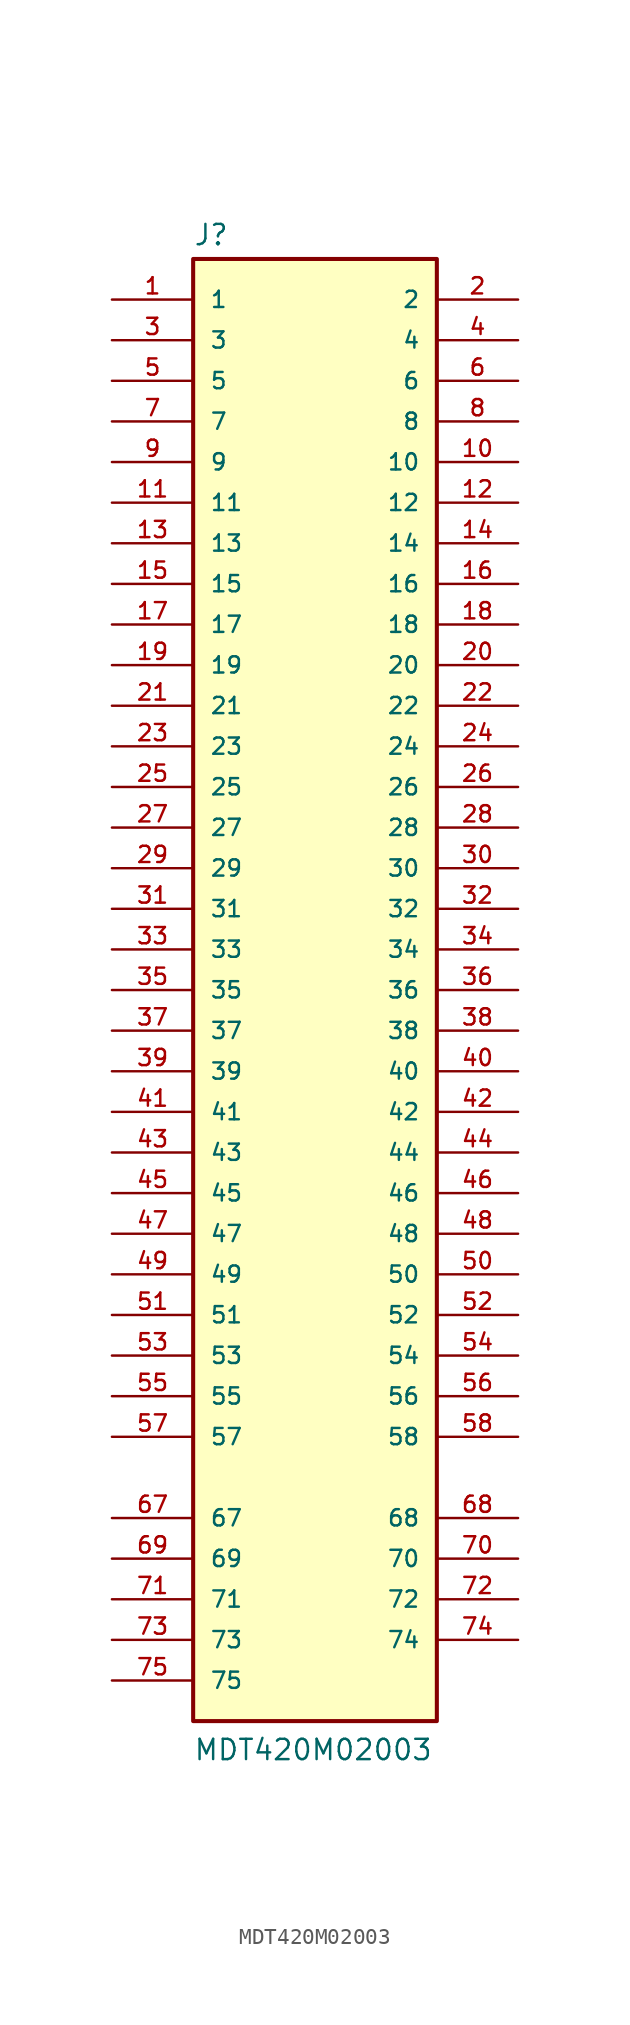
<source format=kicad_sym>
(kicad_symbol_lib
  (version 20211014)
  (generator kicad_symbol_editor)
  (symbol "MDT420M02003"
    (pin_names
      (offset 1.016))
    (property "Reference" "J"
      (at -7.62 46.482 0)
      (effects (font (size 1.27 1.27)) (justify bottom left)))
    (property "Value" "MDT420M02003"
      (at -7.62 -48.26 0)
      (effects (font (size 1.27 1.27)) (justify bottom left)))
    (symbol "MDT420M02003_0_0"
      (rectangle (start -7.62 -45.72) (end 7.62 45.72) (stroke (width 0.254)) (fill (type background)))
      (pin passive line (at -12.7 43.18 0) (length 5.08) (name "1" (effects (font (size 1.016 1.016)))) (number "1" (effects (font (size 1.016 1.016)))))
      (pin passive line (at 12.7 43.18 180.0) (length 5.08) (name "2" (effects (font (size 1.016 1.016)))) (number "2" (effects (font (size 1.016 1.016)))))
      (pin passive line (at -12.7 40.64 0) (length 5.08) (name "3" (effects (font (size 1.016 1.016)))) (number "3" (effects (font (size 1.016 1.016)))))
      (pin passive line (at 12.7 40.64 180.0) (length 5.08) (name "4" (effects (font (size 1.016 1.016)))) (number "4" (effects (font (size 1.016 1.016)))))
      (pin passive line (at -12.7 38.1 0) (length 5.08) (name "5" (effects (font (size 1.016 1.016)))) (number "5" (effects (font (size 1.016 1.016)))))
      (pin passive line (at 12.7 38.1 180.0) (length 5.08) (name "6" (effects (font (size 1.016 1.016)))) (number "6" (effects (font (size 1.016 1.016)))))
      (pin passive line (at -12.7 35.56 0) (length 5.08) (name "7" (effects (font (size 1.016 1.016)))) (number "7" (effects (font (size 1.016 1.016)))))
      (pin passive line (at 12.7 35.56 180.0) (length 5.08) (name "8" (effects (font (size 1.016 1.016)))) (number "8" (effects (font (size 1.016 1.016)))))
      (pin passive line (at -12.7 33.02 0) (length 5.08) (name "9" (effects (font (size 1.016 1.016)))) (number "9" (effects (font (size 1.016 1.016)))))
      (pin passive line (at 12.7 33.02 180.0) (length 5.08) (name "10" (effects (font (size 1.016 1.016)))) (number "10" (effects (font (size 1.016 1.016)))))
      (pin passive line (at -12.7 30.48 0) (length 5.08) (name "11" (effects (font (size 1.016 1.016)))) (number "11" (effects (font (size 1.016 1.016)))))
      (pin passive line (at -12.7 -33.02 0) (length 5.08) (name "67" (effects (font (size 1.016 1.016)))) (number "67" (effects (font (size 1.016 1.016)))))
      (pin passive line (at 12.7 -33.02 180.0) (length 5.08) (name "68" (effects (font (size 1.016 1.016)))) (number "68" (effects (font (size 1.016 1.016)))))
      (pin passive line (at -12.7 -35.56 0) (length 5.08) (name "69" (effects (font (size 1.016 1.016)))) (number "69" (effects (font (size 1.016 1.016)))))
      (pin passive line (at 12.7 -35.56 180.0) (length 5.08) (name "70" (effects (font (size 1.016 1.016)))) (number "70" (effects (font (size 1.016 1.016)))))
      (pin passive line (at -12.7 -38.1 0) (length 5.08) (name "71" (effects (font (size 1.016 1.016)))) (number "71" (effects (font (size 1.016 1.016)))))
      (pin passive line (at 12.7 -38.1 180.0) (length 5.08) (name "72" (effects (font (size 1.016 1.016)))) (number "72" (effects (font (size 1.016 1.016)))))
      (pin passive line (at -12.7 -40.64 0) (length 5.08) (name "73" (effects (font (size 1.016 1.016)))) (number "73" (effects (font (size 1.016 1.016)))))
      (pin passive line (at 12.7 -40.64 180.0) (length 5.08) (name "74" (effects (font (size 1.016 1.016)))) (number "74" (effects (font (size 1.016 1.016)))))
      (pin passive line (at -12.7 -43.18 0) (length 5.08) (name "75" (effects (font (size 1.016 1.016)))) (number "75" (effects (font (size 1.016 1.016)))))
      (pin passive line (at 12.7 30.48 180.0) (length 5.08) (name "12" (effects (font (size 1.016 1.016)))) (number "12" (effects (font (size 1.016 1.016)))))
      (pin passive line (at -12.7 27.94 0) (length 5.08) (name "13" (effects (font (size 1.016 1.016)))) (number "13" (effects (font (size 1.016 1.016)))))
      (pin passive line (at 12.7 27.94 180.0) (length 5.08) (name "14" (effects (font (size 1.016 1.016)))) (number "14" (effects (font (size 1.016 1.016)))))
      (pin passive line (at -12.7 25.4 0) (length 5.08) (name "15" (effects (font (size 1.016 1.016)))) (number "15" (effects (font (size 1.016 1.016)))))
      (pin passive line (at 12.7 25.4 180.0) (length 5.08) (name "16" (effects (font (size 1.016 1.016)))) (number "16" (effects (font (size 1.016 1.016)))))
      (pin passive line (at -12.7 22.86 0) (length 5.08) (name "17" (effects (font (size 1.016 1.016)))) (number "17" (effects (font (size 1.016 1.016)))))
      (pin passive line (at 12.7 22.86 180.0) (length 5.08) (name "18" (effects (font (size 1.016 1.016)))) (number "18" (effects (font (size 1.016 1.016)))))
      (pin passive line (at -12.7 20.32 0) (length 5.08) (name "19" (effects (font (size 1.016 1.016)))) (number "19" (effects (font (size 1.016 1.016)))))
      (pin passive line (at 12.7 20.32 180.0) (length 5.08) (name "20" (effects (font (size 1.016 1.016)))) (number "20" (effects (font (size 1.016 1.016)))))
      (pin passive line (at -12.7 17.78 0) (length 5.08) (name "21" (effects (font (size 1.016 1.016)))) (number "21" (effects (font (size 1.016 1.016)))))
      (pin passive line (at 12.7 17.78 180.0) (length 5.08) (name "22" (effects (font (size 1.016 1.016)))) (number "22" (effects (font (size 1.016 1.016)))))
      (pin passive line (at -12.7 15.24 0) (length 5.08) (name "23" (effects (font (size 1.016 1.016)))) (number "23" (effects (font (size 1.016 1.016)))))
      (pin passive line (at 12.7 15.24 180.0) (length 5.08) (name "24" (effects (font (size 1.016 1.016)))) (number "24" (effects (font (size 1.016 1.016)))))
      (pin passive line (at -12.7 12.7 0) (length 5.08) (name "25" (effects (font (size 1.016 1.016)))) (number "25" (effects (font (size 1.016 1.016)))))
      (pin passive line (at 12.7 12.7 180.0) (length 5.08) (name "26" (effects (font (size 1.016 1.016)))) (number "26" (effects (font (size 1.016 1.016)))))
      (pin passive line (at -12.7 10.16 0) (length 5.08) (name "27" (effects (font (size 1.016 1.016)))) (number "27" (effects (font (size 1.016 1.016)))))
      (pin passive line (at 12.7 10.16 180.0) (length 5.08) (name "28" (effects (font (size 1.016 1.016)))) (number "28" (effects (font (size 1.016 1.016)))))
      (pin passive line (at -12.7 7.62 0) (length 5.08) (name "29" (effects (font (size 1.016 1.016)))) (number "29" (effects (font (size 1.016 1.016)))))
      (pin passive line (at 12.7 7.62 180.0) (length 5.08) (name "30" (effects (font (size 1.016 1.016)))) (number "30" (effects (font (size 1.016 1.016)))))
      (pin passive line (at -12.7 5.08 0) (length 5.08) (name "31" (effects (font (size 1.016 1.016)))) (number "31" (effects (font (size 1.016 1.016)))))
      (pin passive line (at 12.7 5.08 180.0) (length 5.08) (name "32" (effects (font (size 1.016 1.016)))) (number "32" (effects (font (size 1.016 1.016)))))
      (pin passive line (at -12.7 2.54 0) (length 5.08) (name "33" (effects (font (size 1.016 1.016)))) (number "33" (effects (font (size 1.016 1.016)))))
      (pin passive line (at 12.7 2.54 180.0) (length 5.08) (name "34" (effects (font (size 1.016 1.016)))) (number "34" (effects (font (size 1.016 1.016)))))
      (pin passive line (at -12.7 0.0 0) (length 5.08) (name "35" (effects (font (size 1.016 1.016)))) (number "35" (effects (font (size 1.016 1.016)))))
      (pin passive line (at 12.7 0.0 180.0) (length 5.08) (name "36" (effects (font (size 1.016 1.016)))) (number "36" (effects (font (size 1.016 1.016)))))
      (pin passive line (at -12.7 -2.54 0) (length 5.08) (name "37" (effects (font (size 1.016 1.016)))) (number "37" (effects (font (size 1.016 1.016)))))
      (pin passive line (at 12.7 -2.54 180.0) (length 5.08) (name "38" (effects (font (size 1.016 1.016)))) (number "38" (effects (font (size 1.016 1.016)))))
      (pin passive line (at -12.7 -5.08 0) (length 5.08) (name "39" (effects (font (size 1.016 1.016)))) (number "39" (effects (font (size 1.016 1.016)))))
      (pin passive line (at 12.7 -5.08 180.0) (length 5.08) (name "40" (effects (font (size 1.016 1.016)))) (number "40" (effects (font (size 1.016 1.016)))))
      (pin passive line (at -12.7 -7.62 0) (length 5.08) (name "41" (effects (font (size 1.016 1.016)))) (number "41" (effects (font (size 1.016 1.016)))))
      (pin passive line (at 12.7 -7.62 180.0) (length 5.08) (name "42" (effects (font (size 1.016 1.016)))) (number "42" (effects (font (size 1.016 1.016)))))
      (pin passive line (at -12.7 -10.16 0) (length 5.08) (name "43" (effects (font (size 1.016 1.016)))) (number "43" (effects (font (size 1.016 1.016)))))
      (pin passive line (at 12.7 -10.16 180.0) (length 5.08) (name "44" (effects (font (size 1.016 1.016)))) (number "44" (effects (font (size 1.016 1.016)))))
      (pin passive line (at -12.7 -12.7 0) (length 5.08) (name "45" (effects (font (size 1.016 1.016)))) (number "45" (effects (font (size 1.016 1.016)))))
      (pin passive line (at 12.7 -12.7 180.0) (length 5.08) (name "46" (effects (font (size 1.016 1.016)))) (number "46" (effects (font (size 1.016 1.016)))))
      (pin passive line (at -12.7 -15.24 0) (length 5.08) (name "47" (effects (font (size 1.016 1.016)))) (number "47" (effects (font (size 1.016 1.016)))))
      (pin passive line (at 12.7 -15.24 180.0) (length 5.08) (name "48" (effects (font (size 1.016 1.016)))) (number "48" (effects (font (size 1.016 1.016)))))
      (pin passive line (at -12.7 -17.78 0) (length 5.08) (name "49" (effects (font (size 1.016 1.016)))) (number "49" (effects (font (size 1.016 1.016)))))
      (pin passive line (at 12.7 -17.78 180.0) (length 5.08) (name "50" (effects (font (size 1.016 1.016)))) (number "50" (effects (font (size 1.016 1.016)))))
      (pin passive line (at -12.7 -20.32 0) (length 5.08) (name "51" (effects (font (size 1.016 1.016)))) (number "51" (effects (font (size 1.016 1.016)))))
      (pin passive line (at 12.7 -20.32 180.0) (length 5.08) (name "52" (effects (font (size 1.016 1.016)))) (number "52" (effects (font (size 1.016 1.016)))))
      (pin passive line (at -12.7 -22.86 0) (length 5.08) (name "53" (effects (font (size 1.016 1.016)))) (number "53" (effects (font (size 1.016 1.016)))))
      (pin passive line (at 12.7 -22.86 180.0) (length 5.08) (name "54" (effects (font (size 1.016 1.016)))) (number "54" (effects (font (size 1.016 1.016)))))
      (pin passive line (at -12.7 -25.4 0) (length 5.08) (name "55" (effects (font (size 1.016 1.016)))) (number "55" (effects (font (size 1.016 1.016)))))
      (pin passive line (at 12.7 -25.4 180.0) (length 5.08) (name "56" (effects (font (size 1.016 1.016)))) (number "56" (effects (font (size 1.016 1.016)))))
      (pin passive line (at -12.7 -27.94 0) (length 5.08) (name "57" (effects (font (size 1.016 1.016)))) (number "57" (effects (font (size 1.016 1.016)))))
      (pin passive line (at 12.7 -27.94 180.0) (length 5.08) (name "58" (effects (font (size 1.016 1.016)))) (number "58" (effects (font (size 1.016 1.016))))))))
</source>
